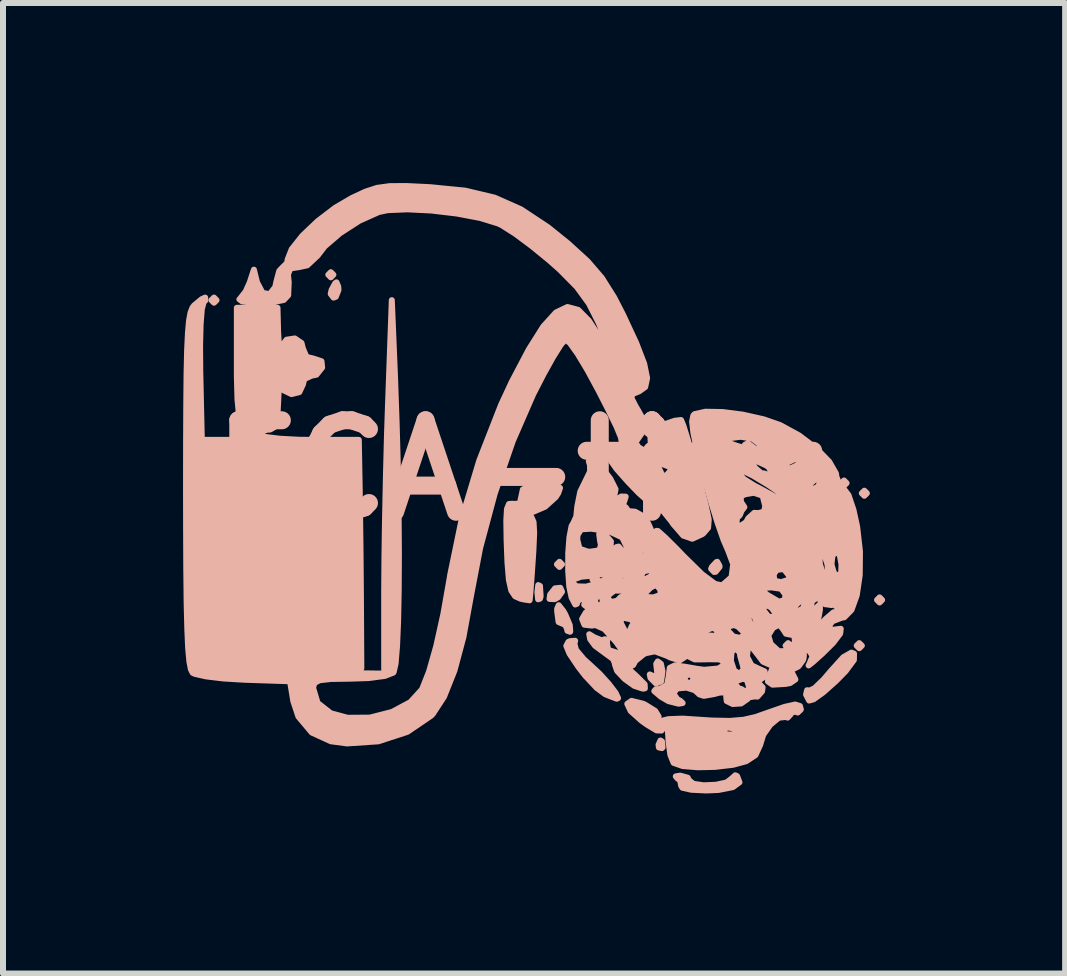
<source format=kicad_pcb>
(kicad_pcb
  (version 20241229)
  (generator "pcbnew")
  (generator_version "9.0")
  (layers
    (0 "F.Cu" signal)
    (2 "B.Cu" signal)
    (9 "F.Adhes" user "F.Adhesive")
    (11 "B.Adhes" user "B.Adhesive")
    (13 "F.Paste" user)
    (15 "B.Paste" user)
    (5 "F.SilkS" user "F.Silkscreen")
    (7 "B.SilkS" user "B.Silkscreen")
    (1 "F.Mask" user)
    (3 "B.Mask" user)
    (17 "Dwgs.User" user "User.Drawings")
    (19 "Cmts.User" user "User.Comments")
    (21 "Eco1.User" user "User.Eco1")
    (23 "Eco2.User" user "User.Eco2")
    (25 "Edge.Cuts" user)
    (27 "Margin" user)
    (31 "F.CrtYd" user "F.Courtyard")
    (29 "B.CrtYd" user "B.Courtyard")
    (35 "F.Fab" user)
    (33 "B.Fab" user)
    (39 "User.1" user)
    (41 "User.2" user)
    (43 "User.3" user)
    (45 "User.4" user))
  (footprint "FCA-tiny"
    (layer "B.Cu")
    (at 5.638 4.788)
    (property "Reference" "FCA-tiny" (at 0 0 0) (layer "B.SilkS") (effects (font (size 1.524 1.524) (thickness 0.3))))
    (attr through_hole)
    (fp_poly (pts (xy -5.08 -2.836) (xy -5.122 -2.794) (xy -5.165 -2.836) (xy -5.122 -2.879) (xy -5.08 -2.836)) (stroke (width 0.1) (type solid)) (fill yes) (layer "B.SilkS"))
    (fp_poly (pts (xy -3.133 -3.26) (xy -3.175 -3.217) (xy -3.217 -3.26) (xy -3.175 -3.302) (xy -3.133 -3.26)) (stroke (width 0.1) (type solid)) (fill yes) (layer "B.SilkS"))
    (fp_poly (pts (xy 0.677 1.566) (xy 0.635 1.609) (xy 0.593 1.566) (xy 0.635 1.524) (xy 0.677 1.566)) (stroke (width 0.1) (type solid)) (fill yes) (layer "B.SilkS"))
    (fp_poly (pts (xy 1.27 1.82) (xy 1.228 1.863) (xy 1.185 1.82) (xy 1.228 1.778) (xy 1.27 1.82)) (stroke (width 0.1) (type solid)) (fill yes) (layer "B.SilkS"))
    (fp_poly (pts (xy 4.318 0.127) (xy 4.276 0.169) (xy 4.233 0.127) (xy 4.276 0.085) (xy 4.318 0.127)) (stroke (width 0.1) (type solid)) (fill yes) (layer "B.SilkS"))
    (fp_poly (pts (xy 4.487 2.921) (xy 4.445 2.963) (xy 4.403 2.921) (xy 4.445 2.879) (xy 4.487 2.921)) (stroke (width 0.1) (type solid)) (fill yes) (layer "B.SilkS"))
    (fp_poly (pts (xy 5.419 0.212) (xy 5.376 0.254) (xy 5.334 0.212) (xy 5.376 0.169) (xy 5.419 0.212)) (stroke (width 0.1) (type solid)) (fill yes) (layer "B.SilkS"))
    (fp_poly (pts (xy 5.673 2.921) (xy 5.63 2.963) (xy 5.588 2.921) (xy 5.63 2.879) (xy 5.673 2.921)) (stroke (width 0.1) (type solid)) (fill yes) (layer "B.SilkS"))
    (fp_poly (pts (xy 5.757 0.381) (xy 5.715 0.423) (xy 5.673 0.381) (xy 5.715 0.339) (xy 5.757 0.381)) (stroke (width 0.1) (type solid)) (fill yes) (layer "B.SilkS"))
    (fp_poly (pts (xy 6.011 2.159) (xy 5.969 2.201) (xy 5.927 2.159) (xy 5.969 2.117) (xy 6.011 2.159)) (stroke (width 0.1) (type solid)) (fill yes) (layer "B.SilkS"))
    (fp_poly (pts (xy 0.321 2.1) (xy 0.31 2.138) (xy 0.279 2.148) (xy 0.267 2.032) (xy 0.281 1.912) (xy 0.31 1.926) (xy 0.321 2.1)) (stroke (width 0.1) (type solid)) (fill yes) (layer "B.SilkS"))
    (fp_poly (pts (xy 2.353 4.616) (xy 2.342 4.628) (xy 2.292 4.617) (xy 2.286 4.572) (xy 2.317 4.502) (xy 2.342 4.516) (xy 2.353 4.616)) (stroke (width 0.1) (type solid)) (fill yes) (layer "B.SilkS"))
    (fp_poly (pts (xy 0.677 2.023) (xy 0.61 2.116) (xy 0.555 2.146) (xy 0.469 2.142) (xy 0.479 2.07) (xy 0.561 1.966) (xy 0.649 1.957) (xy 0.677 2.023)) (stroke (width 0.1) (type solid)) (fill yes) (layer "B.SilkS"))
    (fp_poly (pts (xy 1.913 2.69) (xy 1.901 2.715) (xy 1.832 2.789) (xy 1.807 2.702) (xy 1.806 2.671) (xy 1.844 2.586) (xy 1.878 2.592) (xy 1.913 2.69)) (stroke (width 0.1) (type solid)) (fill yes) (layer "B.SilkS"))
    (fp_poly (pts (xy -3.048 -3.006) (xy -3.092 -2.893) (xy -3.13 -2.879) (xy -3.177 -2.941) (xy -3.163 -3.006) (xy -3.103 -3.117) (xy -3.081 -3.133) (xy -3.052 -3.064) (xy -3.048 -3.006)) (stroke (width 0.1) (type solid)) (fill yes) (layer "B.SilkS"))
    (fp_poly (pts (xy 3.302 1.609) (xy 3.237 1.69) (xy 3.212 1.693) (xy 3.162 1.641) (xy 3.175 1.609) (xy 3.251 1.528) (xy 3.265 1.524) (xy 3.301 1.59) (xy 3.302 1.609)) (stroke (width 0.1) (type solid)) (fill yes) (layer "B.SilkS"))
    (fp_poly (pts (xy 4.708 3.069) (xy 4.702 3.136) (xy 4.692 3.163) (xy 4.616 3.267) (xy 4.526 3.311) (xy 4.487 3.27) (xy 4.544 3.197) (xy 4.616 3.131) (xy 4.708 3.069)) (stroke (width 0.1) (type solid)) (fill yes) (layer "B.SilkS"))
    (fp_poly (pts (xy 2.352 3.35) (xy 2.328 3.516) (xy 2.243 3.55) (xy 2.151 3.458) (xy 2.14 3.401) (xy 2.203 3.43) (xy 2.279 3.449) (xy 2.262 3.361) (xy 2.247 3.224) (xy 2.272 3.184) (xy 2.325 3.224) (xy 2.352 3.35)) (stroke (width 0.1) (type solid)) (fill yes) (layer "B.SilkS"))
    (fp_poly (pts (xy 0.814 2.685) (xy 0.811 2.689) (xy 0.766 2.673) (xy 0.762 2.639) (xy 0.721 2.56) (xy 0.699 2.561) (xy 0.62 2.527) (xy 0.596 2.344) (xy 0.596 2.307) (xy 0.622 2.247) (xy 0.697 2.341) (xy 0.73 2.399) (xy 0.806 2.578) (xy 0.814 2.685)) (stroke (width 0.1) (type solid)) (fill yes) (layer "B.SilkS"))
    (fp_poly (pts (xy 5.543 3.054) (xy 5.541 3.159) (xy 5.402 3.347) (xy 5.238 3.514) (xy 5.03 3.699) (xy 4.87 3.814) (xy 4.795 3.835) (xy 4.744 3.736) (xy 4.761 3.664) (xy 4.805 3.669) (xy 4.887 3.629) (xy 5.034 3.488) (xy 5.163 3.337) (xy 5.366 3.113) (xy 5.5 3.037) (xy 5.543 3.054)) (stroke (width 0.1) (type solid)) (fill yes) (layer "B.SilkS"))
    (fp_poly (pts (xy 3.634 5.198) (xy 3.524 5.278) (xy 3.286 5.325) (xy 3.08 5.334) (xy 2.832 5.322) (xy 2.684 5.289) (xy 2.663 5.257) (xy 2.645 5.162) (xy 2.604 5.136) (xy 2.573 5.099) (xy 2.646 5.087) (xy 2.771 5.121) (xy 2.794 5.165) (xy 2.866 5.223) (xy 3.037 5.248) (xy 3.244 5.239) (xy 3.419 5.201) (xy 3.495 5.144) (xy 3.565 5.081) (xy 3.595 5.096) (xy 3.634 5.198)) (stroke (width 0.1) (type solid)) (fill yes) (layer "B.SilkS"))
    (fp_poly (pts (xy 1.611 3.795) (xy 1.59 3.805) (xy 1.503 3.772) (xy 1.397 3.73) (xy 1.254 3.624) (xy 1.101 3.461) (xy 1.101 3.26) (xy 1.058 3.217) (xy 1.016 3.26) (xy 1.058 3.302) (xy 1.101 3.26) (xy 1.101 3.461) (xy 1.069 3.428) (xy 0.953 3.279) (xy 0.802 3.053) (xy 0.749 2.925) (xy 0.783 2.859) (xy 0.81 2.846) (xy 0.896 2.84) (xy 0.884 2.887) (xy 0.909 2.99) (xy 1.039 3.146) (xy 1.134 3.232) (xy 1.301 3.387) (xy 1.456 3.558) (xy 1.569 3.706) (xy 1.611 3.795)) (stroke (width 0.1) (type solid)) (fill yes) (layer "B.SilkS"))
    (fp_poly (pts (xy 0.644 0.292) (xy 0.614 0.379) (xy 0.572 0.445) (xy 0.395 0.605) (xy 0.202 0.688) (xy 0.074 0.727) (xy 0.087 0.751) (xy 0.098 0.752) (xy 0.166 0.777) (xy 0.203 0.861) (xy 0.213 1.038) (xy 0.2 1.34) (xy 0.192 1.46) (xy 0.17 1.781) (xy 0.151 2.026) (xy 0.139 2.154) (xy 0.137 2.165) (xy 0.075 2.156) (xy 0.075 1.436) (xy 0.063 1.135) (xy 0.062 1.124) (xy 0.046 1.044) (xy 0.034 1.116) (xy 0.028 1.325) (xy 0.028 1.397) (xy 0.032 1.644) (xy 0.042 1.766) (xy 0.057 1.744) (xy 0.061 1.716) (xy 0.075 1.436) (xy 0.075 2.156) (xy 0.059 2.154) (xy -0.012 2.139) (xy -0.098 2.101) (xy -0.098 1.034) (xy -0.111 0.953) (xy -0.136 0.926) (xy -0.149 1.043) (xy -0.15 1.101) (xy -0.141 1.255) (xy -0.119 1.273) (xy -0.111 1.249) (xy -0.098 1.034) (xy -0.098 2.101) (xy -0.105 2.097) (xy -0.168 2.003) (xy -0.208 1.824) (xy -0.232 1.533) (xy -0.246 1.165) (xy -0.251 0.834) (xy -0.24 0.643) (xy -0.206 0.56) (xy -0.143 0.556) (xy -0.133 0.56) (xy -0.026 0.553) (xy 0 0.432) (xy 0.025 0.318) (xy 0.129 0.266) (xy 0.349 0.254) (xy 0.566 0.259) (xy 0.644 0.292)) (stroke (width 0.1) (type solid)) (fill yes) (layer "B.SilkS"))
    (fp_poly (pts (xy 4.657 3.984) (xy 4.605 4.035) (xy 4.572 4.022) (xy 4.494 4.031) (xy 4.487 4.064) (xy 4.436 4.12) (xy 4.406 4.108) (xy 4.289 4.122) (xy 4.148 4.238) (xy 4.03 4.406) (xy 3.979 4.574) (xy 3.979 4.574) (xy 3.901 4.744) (xy 3.747 4.846) (xy 3.725 4.852) (xy 3.725 4.614) (xy 3.683 4.572) (xy 3.641 4.614) (xy 3.641 4.369) (xy 3.574 4.305) (xy 3.441 4.284) (xy 3.343 4.321) (xy 3.342 4.322) (xy 3.37 4.385) (xy 3.466 4.403) (xy 3.607 4.389) (xy 3.641 4.369) (xy 3.641 4.614) (xy 3.683 4.657) (xy 3.725 4.614) (xy 3.725 4.852) (xy 3.556 4.898) (xy 3.556 4.699) (xy 3.514 4.657) (xy 3.471 4.699) (xy 3.514 4.741) (xy 3.556 4.699) (xy 3.556 4.898) (xy 3.526 4.906) (xy 3.387 4.922) (xy 3.387 4.784) (xy 3.344 4.741) (xy 3.302 4.784) (xy 3.344 4.826) (xy 3.387 4.784) (xy 3.387 4.922) (xy 3.236 4.94) (xy 3.217 4.941) (xy 3.217 4.699) (xy 3.175 4.657) (xy 3.133 4.699) (xy 3.175 4.741) (xy 3.217 4.699) (xy 3.217 4.941) (xy 3.048 4.945) (xy 3.048 4.614) (xy 3.006 4.572) (xy 2.963 4.614) (xy 3.006 4.657) (xy 3.048 4.614) (xy 3.048 4.945) (xy 2.948 4.947) (xy 2.948 4.372) (xy 2.935 4.346) (xy 2.835 4.336) (xy 2.822 4.346) (xy 2.834 4.397) (xy 2.879 4.403) (xy 2.948 4.372) (xy 2.948 4.947) (xy 2.937 4.947) (xy 2.694 4.927) (xy 2.694 4.287) (xy 2.681 4.262) (xy 2.581 4.251) (xy 2.568 4.262) (xy 2.58 4.312) (xy 2.625 4.318) (xy 2.694 4.287) (xy 2.694 4.927) (xy 2.685 4.926) (xy 2.539 4.875) (xy 2.536 4.873) (xy 2.483 4.742) (xy 2.452 4.518) (xy 2.449 4.449) (xy 2.435 4.256) (xy 2.403 4.22) (xy 2.385 4.254) (xy 2.335 4.335) (xy 2.253 4.333) (xy 2.096 4.238) (xy 2.008 4.176) (xy 1.821 4.01) (xy 1.765 3.89) (xy 1.835 3.841) (xy 2.025 3.888) (xy 2.061 3.904) (xy 2.229 4.008) (xy 2.286 4.1) (xy 2.214 4.147) (xy 2.187 4.149) (xy 2.127 4.18) (xy 2.139 4.199) (xy 2.245 4.208) (xy 2.299 4.183) (xy 2.449 4.146) (xy 2.685 4.137) (xy 2.749 4.141) (xy 3.173 4.169) (xy 3.475 4.175) (xy 3.703 4.156) (xy 3.904 4.11) (xy 4.086 4.046) (xy 4.387 3.941) (xy 4.562 3.902) (xy 4.642 3.927) (xy 4.657 3.984)) (stroke (width 0.1) (type solid)) (fill yes) (layer "B.SilkS"))
    (fp_poly (pts (xy 3.122 0.82) (xy 3.111 0.957) (xy 3.048 1.031) (xy 3.048 0.889) (xy 3.006 0.847) (xy 2.963 0.889) (xy 2.963 0.72) (xy 2.921 0.677) (xy 2.879 0.72) (xy 2.921 0.762) (xy 2.963 0.72) (xy 2.963 0.889) (xy 3.006 0.931) (xy 3.048 0.889) (xy 3.048 1.031) (xy 3.032 1.049) (xy 3.014 1.063) (xy 2.848 1.139) (xy 2.698 1.087) (xy 2.604 0.978) (xy 2.604 0.175) (xy 2.592 0.169) (xy 2.525 0.221) (xy 2.525 -0.061) (xy 2.467 -0.072) (xy 2.448 -0.068) (xy 2.355 -0.103) (xy 2.352 -0.154) (xy 2.324 -0.224) (xy 2.284 -0.21) (xy 2.242 -0.118) (xy 2.292 -0.035) (xy 2.339 0.063) (xy 2.277 0.077) (xy 2.15 0.006) (xy 2.117 -0.021) (xy 2.042 -0.082) (xy 2.075 -0.026) (xy 2.11 0.021) (xy 2.247 0.152) (xy 2.371 0.127) (xy 2.459 0.038) (xy 2.525 -0.061) (xy 2.525 0.221) (xy 2.515 0.229) (xy 2.498 0.254) (xy 2.476 0.333) (xy 2.488 0.339) (xy 2.565 0.279) (xy 2.582 0.254) (xy 2.604 0.175) (xy 2.604 0.978) (xy 2.54 0.905) (xy 2.54 0.635) (xy 2.498 0.593) (xy 2.455 0.635) (xy 2.498 0.677) (xy 2.54 0.635) (xy 2.54 0.905) (xy 2.529 0.892) (xy 2.498 0.846) (xy 2.371 0.689) (xy 2.371 0.296) (xy 2.328 0.254) (xy 2.286 0.296) (xy 2.328 0.339) (xy 2.371 0.296) (xy 2.371 0.689) (xy 2.362 0.678) (xy 2.248 0.595) (xy 2.236 0.593) (xy 2.134 0.534) (xy 1.962 0.382) (xy 1.78 0.194) (xy 1.587 -0.024) (xy 1.495 -0.155) (xy 1.492 -0.235) (xy 1.563 -0.301) (xy 1.584 -0.315) (xy 1.651 -0.369) (xy 1.678 -0.438) (xy 1.659 -0.55) (xy 1.583 -0.735) (xy 1.444 -1.019) (xy 1.292 -1.318) (xy 1.105 -1.664) (xy 0.938 -1.942) (xy 0.808 -2.124) (xy 0.734 -2.181) (xy 0.659 -2.097) (xy 0.53 -1.892) (xy 0.366 -1.597) (xy 0.196 -1.266) (xy -0.143 -0.488) (xy -0.445 0.389) (xy -0.688 1.295) (xy -0.845 2.117) (xy -0.966 2.779) (xy -1.116 3.338) (xy -1.289 3.772) (xy -1.477 4.06) (xy -1.502 4.086) (xy -1.9 4.357) (xy -2.384 4.515) (xy -2.907 4.55) (xy -3.175 4.514) (xy -3.492 4.369) (xy -3.716 4.102) (xy -3.801 3.843) (xy -3.855 3.514) (xy -4.611 3.489) (xy -4.962 3.468) (xy -5.254 3.433) (xy -5.441 3.391) (xy -5.478 3.373) (xy -5.508 3.313) (xy -5.533 3.18) (xy -5.553 2.96) (xy -5.567 2.638) (xy -5.578 2.2) (xy -5.584 1.631) (xy -5.587 0.917) (xy -5.588 0.334) (xy -5.587 -0.462) (xy -5.584 -1.106) (xy -5.579 -1.614) (xy -5.57 -2.003) (xy -5.556 -2.291) (xy -5.538 -2.493) (xy -5.514 -2.626) (xy -5.483 -2.708) (xy -5.455 -2.746) (xy -5.328 -2.852) (xy -5.269 -2.879) (xy -5.266 -2.833) (xy -5.296 -2.799) (xy -5.325 -2.686) (xy -5.345 -2.437) (xy -5.354 -2.082) (xy -5.351 -1.654) (xy -5.35 -1.613) (xy -5.325 -0.508) (xy -4.893 -0.508) (xy -4.644 -0.512) (xy -4.536 -0.534) (xy -4.54 -0.589) (xy -4.601 -0.663) (xy -4.666 -0.767) (xy -4.707 -0.931) (xy -4.731 -1.187) (xy -4.741 -1.568) (xy -4.741 -1.764) (xy -4.741 -2.709) (xy -4.403 -2.709) (xy -4.064 -2.709) (xy -4.054 -2.307) (xy -4.042 -2.106) (xy -4.021 -2.027) (xy -4.006 -2.053) (xy -3.913 -2.177) (xy -3.775 -2.198) (xy -3.664 -2.123) (xy -3.641 -2.032) (xy -3.582 -1.891) (xy -3.465 -1.863) (xy -3.331 -1.818) (xy -3.32 -1.714) (xy -3.414 -1.595) (xy -3.496 -1.578) (xy -3.618 -1.522) (xy -3.641 -1.43) (xy -3.7 -1.304) (xy -3.831 -1.271) (xy -3.959 -1.333) (xy -4.006 -1.418) (xy -4.028 -1.427) (xy -4.046 -1.296) (xy -4.054 -1.122) (xy -4.068 -0.86) (xy -4.106 -0.727) (xy -4.186 -0.681) (xy -4.238 -0.677) (xy -4.355 -0.645) (xy -4.36 -0.593) (xy -4.258 -0.556) (xy -4.026 -0.527) (xy -3.704 -0.51) (xy -3.509 -0.508) (xy -2.709 -0.508) (xy -2.694 0.318) (xy -2.688 0.751) (xy -2.681 1.279) (xy -2.676 1.828) (xy -2.673 2.22) (xy -2.667 3.297) (xy -3.895 3.323) (xy -5.122 3.349) (xy -3.704 3.368) (xy -2.286 3.387) (xy -2.286 2.011) (xy -2.282 1.461) (xy -2.272 0.802) (xy -2.257 0.094) (xy -2.239 -0.604) (xy -2.222 -1.101) (xy -2.159 -2.836) (xy -2.106 -1.566) (xy -2.079 -0.796) (xy -2.058 -0.036) (xy -2.046 0.695) (xy -2.041 1.376) (xy -2.044 1.988) (xy -2.054 2.513) (xy -2.072 2.929) (xy -2.096 3.219) (xy -2.128 3.362) (xy -2.134 3.37) (xy -2.275 3.425) (xy -2.545 3.461) (xy -2.853 3.471) (xy -3.175 3.476) (xy -3.362 3.497) (xy -3.449 3.542) (xy -3.471 3.62) (xy -3.471 3.624) (xy -3.396 3.875) (xy -3.177 4.047) (xy -2.896 4.123) (xy -2.523 4.12) (xy -2.156 4.026) (xy -1.849 3.862) (xy -1.656 3.65) (xy -1.539 3.355) (xy -1.417 2.924) (xy -1.299 2.39) (xy -1.193 1.787) (xy -1.185 1.736) (xy -0.993 0.807) (xy -0.702 -0.162) (xy -0.337 -1.095) (xy -0.161 -1.473) (xy 0.123 -2.013) (xy 0.365 -2.397) (xy 0.577 -2.631) (xy 0.768 -2.722) (xy 0.947 -2.674) (xy 1.124 -2.495) (xy 1.232 -2.328) (xy 1.362 -2.114) (xy 1.456 -1.976) (xy 1.483 -1.947) (xy 1.466 -2.018) (xy 1.395 -2.203) (xy 1.286 -2.464) (xy 1.284 -2.467) (xy 1.125 -2.782) (xy 0.926 -3.055) (xy 0.646 -3.339) (xy 0.473 -3.493) (xy 0.177 -3.735) (xy -0.104 -3.944) (xy -0.326 -4.085) (xy -0.383 -4.113) (xy -0.686 -4.206) (xy -1.076 -4.28) (xy -1.499 -4.33) (xy -1.901 -4.35) (xy -2.229 -4.336) (xy -2.377 -4.305) (xy -2.702 -4.159) (xy -3.02 -3.954) (xy -3.278 -3.732) (xy -3.397 -3.577) (xy -3.568 -3.417) (xy -3.707 -3.387) (xy -3.85 -3.365) (xy -3.89 -3.264) (xy -3.877 -3.136) (xy -3.886 -2.918) (xy -3.959 -2.84) (xy -4.107 -2.809) (xy -4.307 -2.796) (xy -4.508 -2.8) (xy -4.656 -2.818) (xy -4.699 -2.85) (xy -4.689 -2.859) (xy -4.593 -2.982) (xy -4.526 -3.133) (xy -4.457 -3.344) (xy -4.405 -3.133) (xy -4.314 -2.959) (xy -4.196 -2.934) (xy -4.102 -3.053) (xy -4.08 -3.154) (xy -4.035 -3.323) (xy -3.974 -3.387) (xy -3.904 -3.455) (xy -3.895 -3.513) (xy -3.827 -3.686) (xy -3.649 -3.91) (xy -3.396 -4.151) (xy -3.102 -4.376) (xy -2.824 -4.539) (xy -2.598 -4.644) (xy -2.406 -4.707) (xy -2.196 -4.736) (xy -1.919 -4.738) (xy -1.524 -4.719) (xy -1.524 -4.719) (xy -0.936 -4.661) (xy -0.448 -4.545) (xy -0.006 -4.349) (xy 0.444 -4.051) (xy 0.781 -3.779) (xy 1.103 -3.485) (xy 1.341 -3.208) (xy 1.546 -2.882) (xy 1.691 -2.6) (xy 1.912 -2.126) (xy 2.046 -1.778) (xy 2.095 -1.538) (xy 2.063 -1.389) (xy 1.96 -1.316) (xy 1.85 -1.272) (xy 1.833 -1.205) (xy 1.907 -1.062) (xy 1.948 -0.994) (xy 2.049 -0.807) (xy 2.057 -0.691) (xy 1.98 -0.582) (xy 1.898 -0.464) (xy 1.952 -0.385) (xy 2.028 -0.341) (xy 2.155 -0.288) (xy 2.177 -0.351) (xy 2.156 -0.448) (xy 2.148 -0.602) (xy 2.247 -0.704) (xy 2.367 -0.761) (xy 2.553 -0.826) (xy 2.658 -0.839) (xy 2.662 -0.837) (xy 2.701 -0.741) (xy 2.771 -0.516) (xy 2.863 -0.198) (xy 2.966 0.178) (xy 3.071 0.577) (xy 3.072 0.582) (xy 3.122 0.82)) (stroke (width 0.1) (type solid)) (fill yes) (layer "B.SilkS"))
    (fp_poly (pts (xy 5.642 1.352) (xy 5.638 1.744) (xy 5.589 2.079) (xy 5.588 2.083) (xy 5.588 1.651) (xy 5.546 1.609) (xy 5.503 1.651) (xy 5.546 1.693) (xy 5.588 1.651) (xy 5.588 2.083) (xy 5.573 2.125) (xy 5.573 1.832) (xy 5.56 1.806) (xy 5.459 1.796) (xy 5.447 1.806) (xy 5.459 1.857) (xy 5.503 1.863) (xy 5.573 1.832) (xy 5.573 2.125) (xy 5.501 2.325) (xy 5.404 2.424) (xy 5.404 1.154) (xy 5.39 1.129) (xy 5.29 1.119) (xy 5.278 1.129) (xy 5.289 1.179) (xy 5.334 1.185) (xy 5.404 1.154) (xy 5.404 2.424) (xy 5.38 2.448) (xy 5.337 2.455) (xy 5.334 2.456) (xy 5.334 1.566) (xy 5.305 1.407) (xy 5.249 1.355) (xy 5.183 1.422) (xy 5.167 1.567) (xy 5.206 1.703) (xy 5.221 1.722) (xy 5.298 1.772) (xy 5.33 1.694) (xy 5.334 1.566) (xy 5.334 2.456) (xy 5.322 2.461) (xy 5.322 2.352) (xy 5.299 2.306) (xy 5.204 2.235) (xy 5.165 2.244) (xy 5.112 2.236) (xy 5.112 1.707) (xy 5.101 1.566) (xy 5.065 1.457) (xy 5.065 1.239) (xy 5.059 1.228) (xy 5.059 0.344) (xy 5.048 0.339) (xy 4.988 0.385) (xy 4.988 0.138) (xy 4.922 0.129) (xy 4.828 0.21) (xy 4.819 0.227) (xy 4.819 -0.004) (xy 4.81 -0.045) (xy 4.747 -0.019) (xy 4.704 0.06) (xy 4.679 0.159) (xy 4.741 0.118) (xy 4.752 0.107) (xy 4.819 -0.004) (xy 4.819 0.227) (xy 4.773 0.316) (xy 4.811 0.339) (xy 4.935 0.276) (xy 4.956 0.248) (xy 4.988 0.138) (xy 4.988 0.385) (xy 4.97 0.398) (xy 4.953 0.423) (xy 4.931 0.502) (xy 4.943 0.508) (xy 5.02 0.448) (xy 5.038 0.423) (xy 5.059 0.344) (xy 5.059 1.228) (xy 5.052 1.214) (xy 4.951 1.203) (xy 4.939 1.214) (xy 4.951 1.264) (xy 4.995 1.27) (xy 5.065 1.239) (xy 5.065 1.457) (xy 5.049 1.407) (xy 4.997 1.355) (xy 4.964 1.425) (xy 4.975 1.566) (xy 5.026 1.725) (xy 5.078 1.778) (xy 5.112 1.707) (xy 5.112 2.236) (xy 5.061 2.23) (xy 5.039 2.203) (xy 4.928 2.119) (xy 4.842 2.18) (xy 4.827 2.265) (xy 4.842 2.363) (xy 4.904 2.307) (xy 4.919 2.286) (xy 4.974 2.233) (xy 4.975 2.321) (xy 4.959 2.413) (xy 4.908 2.667) (xy 5.068 2.48) (xy 5.202 2.365) (xy 5.295 2.353) (xy 5.322 2.352) (xy 5.322 2.461) (xy 5.183 2.514) (xy 5.136 2.578) (xy 5.139 2.664) (xy 5.211 2.654) (xy 5.322 2.64) (xy 5.312 2.72) (xy 5.192 2.878) (xy 5.016 3.052) (xy 4.859 3.193) (xy 4.786 3.25) (xy 4.798 3.228) (xy 4.853 3.095) (xy 4.809 3.021) (xy 4.809 1.541) (xy 4.797 1.503) (xy 4.767 1.492) (xy 4.755 1.609) (xy 4.768 1.729) (xy 4.797 1.714) (xy 4.809 1.541) (xy 4.809 3.021) (xy 4.801 3.008) (xy 4.741 2.992) (xy 4.741 2.667) (xy 4.734 2.66) (xy 4.734 2.17) (xy 4.668 2.161) (xy 4.654 2.174) (xy 4.654 -0.252) (xy 4.573 -0.205) (xy 4.554 -0.189) (xy 4.487 -0.156) (xy 4.487 -0.296) (xy 4.445 -0.339) (xy 4.403 -0.296) (xy 4.445 -0.254) (xy 4.487 -0.296) (xy 4.487 -0.156) (xy 4.448 -0.137) (xy 4.349 -0.205) (xy 4.277 -0.306) (xy 4.155 -0.449) (xy 4.073 -0.437) (xy 4.067 -0.427) (xy 4 -0.377) (xy 3.955 -0.449) (xy 3.846 -0.531) (xy 3.652 -0.56) (xy 3.451 -0.534) (xy 3.329 -0.464) (xy 3.308 -0.423) (xy 3.334 -0.442) (xy 3.46 -0.455) (xy 3.567 -0.417) (xy 3.697 -0.377) (xy 3.725 -0.426) (xy 3.773 -0.451) (xy 3.858 -0.387) (xy 4.012 -0.279) (xy 4.102 -0.254) (xy 4.244 -0.194) (xy 4.32 -0.124) (xy 4.471 -0.027) (xy 4.6 -0.087) (xy 4.644 -0.175) (xy 4.654 -0.252) (xy 4.654 2.174) (xy 4.642 2.184) (xy 4.642 1.324) (xy 4.628 1.298) (xy 4.528 1.288) (xy 4.516 1.298) (xy 4.527 1.349) (xy 4.572 1.355) (xy 4.642 1.324) (xy 4.642 2.184) (xy 4.574 2.242) (xy 4.519 2.348) (xy 4.557 2.371) (xy 4.681 2.308) (xy 4.702 2.28) (xy 4.734 2.17) (xy 4.734 2.66) (xy 4.699 2.625) (xy 4.657 2.667) (xy 4.699 2.709) (xy 4.741 2.667) (xy 4.741 2.992) (xy 4.688 2.978) (xy 4.569 3.056) (xy 4.558 3.074) (xy 4.558 2.846) (xy 4.549 2.74) (xy 4.504 2.741) (xy 4.487 2.738) (xy 4.487 0.253) (xy 4.421 0.162) (xy 4.263 0.036) (xy 4.073 -0.085) (xy 3.909 -0.161) (xy 3.863 -0.169) (xy 3.847 -0.118) (xy 3.896 -0.04) (xy 3.999 0.049) (xy 4.041 0.051) (xy 4.12 0.076) (xy 4.24 0.176) (xy 4.399 0.314) (xy 4.474 0.32) (xy 4.487 0.253) (xy 4.487 2.738) (xy 4.468 2.734) (xy 4.468 1.762) (xy 4.412 1.693) (xy 4.412 0.544) (xy 4.404 0.471) (xy 4.264 0.343) (xy 4.116 0.243) (xy 3.862 0.089) (xy 3.718 0.017) (xy 3.654 0.016) (xy 3.641 0.071) (xy 3.71 0.147) (xy 3.885 0.256) (xy 3.978 0.304) (xy 4.183 0.416) (xy 4.304 0.509) (xy 4.317 0.534) (xy 4.372 0.563) (xy 4.412 0.544) (xy 4.412 1.693) (xy 4.373 1.644) (xy 4.256 1.658) (xy 4.218 1.712) (xy 4.218 1.408) (xy 4.205 1.383) (xy 4.105 1.373) (xy 4.092 1.383) (xy 4.104 1.433) (xy 4.149 1.439) (xy 4.218 1.408) (xy 4.218 1.712) (xy 4.204 1.732) (xy 4.214 1.838) (xy 4.328 1.863) (xy 4.453 1.823) (xy 4.468 1.762) (xy 4.468 2.734) (xy 4.409 2.722) (xy 4.403 2.711) (xy 4.403 2.413) (xy 4.403 2.074) (xy 4.328 1.973) (xy 4.17 1.95) (xy 4.064 1.956) (xy 4.064 0.595) (xy 4.02 0.422) (xy 3.874 0.373) (xy 3.733 0.397) (xy 3.61 0.449) (xy 3.643 0.512) (xy 3.655 0.52) (xy 3.716 0.612) (xy 3.683 0.656) (xy 3.594 0.773) (xy 3.583 0.889) (xy 3.643 0.931) (xy 3.746 0.863) (xy 3.781 0.799) (xy 3.881 0.708) (xy 3.948 0.712) (xy 4.045 0.688) (xy 4.064 0.595) (xy 4.064 1.956) (xy 4.012 1.959) (xy 4.007 2.001) (xy 4.101 2.077) (xy 4.29 2.188) (xy 4.386 2.163) (xy 4.403 2.074) (xy 4.403 2.413) (xy 4.36 2.371) (xy 4.318 2.413) (xy 4.36 2.455) (xy 4.403 2.413) (xy 4.403 2.711) (xy 4.368 2.657) (xy 4.301 2.568) (xy 4.233 2.603) (xy 4.233 2.38) (xy 4.166 2.287) (xy 4.111 2.257) (xy 4.025 2.261) (xy 4.035 2.333) (xy 4.117 2.437) (xy 4.205 2.446) (xy 4.233 2.38) (xy 4.233 2.603) (xy 4.192 2.624) (xy 4.113 2.751) (xy 4.156 2.893) (xy 4.29 3.015) (xy 4.444 3.008) (xy 4.55 2.879) (xy 4.558 2.846) (xy 4.558 3.074) (xy 4.487 3.193) (xy 4.486 3.333) (xy 4.507 3.368) (xy 4.566 3.484) (xy 4.478 3.544) (xy 4.403 3.558) (xy 4.318 3.563) (xy 4.318 3.429) (xy 4.276 3.387) (xy 4.233 3.429) (xy 4.276 3.471) (xy 4.318 3.429) (xy 4.318 3.563) (xy 4.185 3.571) (xy 4.108 3.517) (xy 4.149 3.385) (xy 4.198 3.258) (xy 4.141 3.237) (xy 4.138 3.237) (xy 4.027 3.188) (xy 3.947 3.081) (xy 3.947 2.611) (xy 3.891 2.447) (xy 3.819 2.388) (xy 3.745 2.391) (xy 3.776 2.466) (xy 3.848 2.605) (xy 3.862 2.646) (xy 3.892 2.77) (xy 3.925 2.794) (xy 3.946 2.722) (xy 3.947 2.611) (xy 3.947 3.081) (xy 3.932 3.062) (xy 3.841 2.945) (xy 3.777 2.948) (xy 3.758 3.103) (xy 3.835 3.249) (xy 3.946 3.302) (xy 4.053 3.35) (xy 4.036 3.447) (xy 3.958 3.5) (xy 3.899 3.539) (xy 3.956 3.549) (xy 4.02 3.617) (xy 4.01 3.683) (xy 3.933 3.77) (xy 3.892 3.766) (xy 3.795 3.781) (xy 3.795 3.612) (xy 3.759 3.492) (xy 3.71 3.477) (xy 3.71 2.745) (xy 3.707 2.696) (xy 3.604 2.598) (xy 3.536 2.577) (xy 3.438 2.607) (xy 3.444 2.675) (xy 3.529 2.767) (xy 3.641 2.792) (xy 3.71 2.745) (xy 3.71 3.477) (xy 3.704 3.476) (xy 3.704 3.329) (xy 3.692 3.253) (xy 3.646 3.091) (xy 3.641 3.041) (xy 3.576 2.965) (xy 3.557 2.963) (xy 3.5 3.035) (xy 3.491 3.175) (xy 3.544 3.334) (xy 3.626 3.387) (xy 3.704 3.329) (xy 3.704 3.476) (xy 3.689 3.471) (xy 3.573 3.515) (xy 3.556 3.556) (xy 3.623 3.636) (xy 3.662 3.642) (xy 3.708 3.672) (xy 3.641 3.733) (xy 3.557 3.8) (xy 3.614 3.795) (xy 3.641 3.788) (xy 3.766 3.684) (xy 3.795 3.612) (xy 3.795 3.781) (xy 3.791 3.782) (xy 3.769 3.809) (xy 3.661 3.884) (xy 3.521 3.893) (xy 3.422 3.844) (xy 3.414 3.775) (xy 3.415 3.7) (xy 3.307 3.702) (xy 3.279 3.709) (xy 3.279 3.505) (xy 3.166 3.485) (xy 3.117 3.498) (xy 3.085 3.536) (xy 3.168 3.549) (xy 3.278 3.534) (xy 3.279 3.505) (xy 3.279 3.709) (xy 3.212 3.727) (xy 3.04 3.757) (xy 2.964 3.732) (xy 2.963 3.729) (xy 2.891 3.664) (xy 2.879 3.66) (xy 2.879 3.471) (xy 2.814 3.389) (xy 2.794 3.387) (xy 2.712 3.451) (xy 2.709 3.471) (xy 2.774 3.554) (xy 2.794 3.556) (xy 2.876 3.492) (xy 2.879 3.471) (xy 2.879 3.66) (xy 2.752 3.62) (xy 2.592 3.634) (xy 2.532 3.717) (xy 2.599 3.815) (xy 2.646 3.839) (xy 2.687 3.877) (xy 2.62 3.888) (xy 2.451 3.845) (xy 2.323 3.77) (xy 2.215 3.678) (xy 2.242 3.647) (xy 2.307 3.643) (xy 2.428 3.575) (xy 2.455 3.431) (xy 2.473 3.291) (xy 2.559 3.25) (xy 2.731 3.273) (xy 2.931 3.308) (xy 3.045 3.323) (xy 3.048 3.323) (xy 3.281 3.302) (xy 3.378 3.245) (xy 3.387 3.208) (xy 3.311 3.15) (xy 3.302 3.15) (xy 3.302 2.752) (xy 3.234 2.639) (xy 3.175 2.625) (xy 3.062 2.673) (xy 3.048 2.714) (xy 3.1 2.765) (xy 3.133 2.752) (xy 3.211 2.758) (xy 3.217 2.789) (xy 3.248 2.875) (xy 3.26 2.879) (xy 3.297 2.81) (xy 3.302 2.752) (xy 3.302 3.15) (xy 3.107 3.147) (xy 3.09 3.149) (xy 2.887 3.15) (xy 2.794 3.103) (xy 2.793 3.094) (xy 2.759 3.068) (xy 2.726 3.109) (xy 2.64 3.165) (xy 2.485 3.119) (xy 2.426 3.09) (xy 2.371 3.069) (xy 2.371 2.582) (xy 2.328 2.54) (xy 2.32 2.549) (xy 2.32 2.076) (xy 2.316 1.988) (xy 2.268 1.931) (xy 2.268 1.311) (xy 2.258 1.298) (xy 2.207 1.31) (xy 2.201 1.355) (xy 2.232 1.424) (xy 2.258 1.411) (xy 2.268 1.311) (xy 2.268 1.931) (xy 2.246 1.905) (xy 2.201 1.928) (xy 2.201 1.732) (xy 2.146 1.661) (xy 2.117 1.666) (xy 2.117 1.402) (xy 2.057 1.33) (xy 2.032 1.312) (xy 1.954 1.319) (xy 1.947 1.35) (xy 2.009 1.436) (xy 2.032 1.439) (xy 2.114 1.41) (xy 2.117 1.402) (xy 2.117 1.666) (xy 2.044 1.679) (xy 2.003 1.732) (xy 2.007 1.817) (xy 2.079 1.807) (xy 2.187 1.75) (xy 2.201 1.732) (xy 2.201 1.928) (xy 2.149 1.956) (xy 2.043 2.065) (xy 2.089 2.111) (xy 2.199 2.117) (xy 2.32 2.076) (xy 2.32 2.549) (xy 2.286 2.582) (xy 2.328 2.625) (xy 2.371 2.582) (xy 2.371 3.069) (xy 2.225 3.015) (xy 2.201 3.02) (xy 2.201 2.715) (xy 2.157 2.736) (xy 2.095 2.783) (xy 1.987 2.88) (xy 1.987 2.675) (xy 1.942 2.58) (xy 1.942 2.195) (xy 1.916 2.154) (xy 1.857 2.088) (xy 1.778 2.043) (xy 1.778 1.825) (xy 1.755 1.797) (xy 1.755 1.27) (xy 1.68 1.117) (xy 1.471 1.019) (xy 1.355 1.001) (xy 1.355 0.381) (xy 1.312 0.339) (xy 1.27 0.381) (xy 1.312 0.423) (xy 1.355 0.381) (xy 1.355 1.001) (xy 1.165 0.972) (xy 0.995 0.982) (xy 0.935 1.079) (xy 0.931 1.153) (xy 0.968 1.306) (xy 1.109 1.354) (xy 1.149 1.355) (xy 1.302 1.332) (xy 1.326 1.238) (xy 1.313 1.186) (xy 1.297 1.065) (xy 1.385 1.065) (xy 1.394 1.069) (xy 1.492 1.184) (xy 1.485 1.301) (xy 1.468 1.401) (xy 1.49 1.376) (xy 1.586 1.278) (xy 1.621 1.27) (xy 1.665 1.322) (xy 1.651 1.355) (xy 1.655 1.433) (xy 1.683 1.439) (xy 1.746 1.369) (xy 1.755 1.27) (xy 1.755 1.797) (xy 1.719 1.753) (xy 1.693 1.736) (xy 1.615 1.742) (xy 1.609 1.773) (xy 1.67 1.859) (xy 1.693 1.863) (xy 1.776 1.834) (xy 1.778 1.825) (xy 1.778 2.043) (xy 1.709 2.003) (xy 1.549 2.003) (xy 1.506 2.036) (xy 1.506 1.724) (xy 1.471 1.707) (xy 1.353 1.727) (xy 1.127 1.76) (xy 0.995 1.772) (xy 0.869 1.817) (xy 0.847 1.863) (xy 0.914 1.932) (xy 1.075 1.938) (xy 1.269 1.886) (xy 1.395 1.815) (xy 1.506 1.724) (xy 1.506 2.036) (xy 1.448 2.082) (xy 1.439 2.126) (xy 1.493 2.197) (xy 1.6 2.17) (xy 1.654 2.113) (xy 1.754 2.076) (xy 1.849 2.129) (xy 1.942 2.195) (xy 1.942 2.58) (xy 1.938 2.571) (xy 1.819 2.481) (xy 1.702 2.456) (xy 1.645 2.499) (xy 1.666 2.561) (xy 1.735 2.697) (xy 1.745 2.731) (xy 1.767 2.847) (xy 1.829 2.845) (xy 1.906 2.793) (xy 1.987 2.675) (xy 1.987 2.88) (xy 1.978 2.888) (xy 1.947 2.931) (xy 1.989 2.957) (xy 2.101 2.848) (xy 2.127 2.815) (xy 2.201 2.715) (xy 2.201 3.02) (xy 2.068 3.047) (xy 2.027 3.071) (xy 1.897 3.178) (xy 1.863 3.243) (xy 1.805 3.274) (xy 1.757 3.255) (xy 1.745 3.266) (xy 1.842 3.361) (xy 1.905 3.417) (xy 2.054 3.565) (xy 2.058 3.632) (xy 2.027 3.638) (xy 1.883 3.591) (xy 1.722 3.476) (xy 1.595 3.341) (xy 1.558 3.234) (xy 1.562 3.225) (xy 1.527 3.142) (xy 1.399 3.049) (xy 1.227 2.922) (xy 1.146 2.812) (xy 1.131 2.731) (xy 1.212 2.781) (xy 1.34 2.833) (xy 1.391 2.814) (xy 1.431 2.821) (xy 1.425 2.875) (xy 1.445 2.986) (xy 1.482 3.003) (xy 1.623 3.049) (xy 1.688 3.085) (xy 1.714 3.072) (xy 1.648 2.956) (xy 1.609 2.902) (xy 1.609 2.328) (xy 1.566 2.286) (xy 1.524 2.328) (xy 1.566 2.371) (xy 1.609 2.328) (xy 1.609 2.902) (xy 1.57 2.849) (xy 1.385 2.645) (xy 1.355 2.631) (xy 1.355 2.413) (xy 1.355 2.154) (xy 1.313 2.067) (xy 1.269 2.075) (xy 1.22 2.177) (xy 1.231 2.207) (xy 1.313 2.282) (xy 1.353 2.197) (xy 1.355 2.154) (xy 1.355 2.413) (xy 1.312 2.371) (xy 1.27 2.413) (xy 1.312 2.455) (xy 1.355 2.413) (xy 1.355 2.631) (xy 1.236 2.577) (xy 1.185 2.584) (xy 1.185 2.498) (xy 1.143 2.455) (xy 1.101 2.498) (xy 1.143 2.54) (xy 1.185 2.498) (xy 1.185 2.584) (xy 1.174 2.586) (xy 1.05 2.572) (xy 1.012 2.476) (xy 1.075 2.368) (xy 1.122 2.342) (xy 1.18 2.304) (xy 1.117 2.293) (xy 1.047 2.239) (xy 1.058 2.201) (xy 1.052 2.123) (xy 1.021 2.117) (xy 0.934 2.184) (xy 0.926 2.223) (xy 0.897 2.235) (xy 0.837 2.119) (xy 0.798 1.935) (xy 0.78 1.669) (xy 0.781 1.376) (xy 0.801 1.111) (xy 0.837 0.926) (xy 0.867 0.876) (xy 0.915 0.771) (xy 0.931 0.607) (xy 0.981 0.355) (xy 1.063 0.188) (xy 1.144 0.021) (xy 1.144 -0.084) (xy 1.124 -0.153) (xy 1.191 -0.134) (xy 1.304 -0.054) (xy 1.423 0.063) (xy 1.482 0.14) (xy 1.569 0.314) (xy 1.545 0.445) (xy 1.513 0.492) (xy 1.447 0.586) (xy 1.491 0.558) (xy 1.524 0.529) (xy 1.664 0.436) (xy 1.738 0.438) (xy 1.71 0.528) (xy 1.687 0.558) (xy 1.619 0.659) (xy 1.675 0.675) (xy 1.698 0.672) (xy 1.895 0.689) (xy 2.058 0.78) (xy 2.117 0.893) (xy 2.18 1.038) (xy 2.214 1.066) (xy 2.274 1.074) (xy 2.251 1.008) (xy 2.276 1.011) (xy 2.395 1.117) (xy 2.585 1.306) (xy 2.702 1.428) (xy 3.01 1.73) (xy 3.227 1.892) (xy 3.345 1.917) (xy 3.502 1.78) (xy 3.53 1.562) (xy 3.447 1.34) (xy 3.371 1.164) (xy 3.267 0.866) (xy 3.151 0.49) (xy 3.045 0.115) (xy 2.931 -0.324) (xy 2.866 -0.626) (xy 2.845 -0.814) (xy 2.865 -0.914) (xy 2.887 -0.937) (xy 3.066 -0.977) (xy 3.352 -0.972) (xy 3.692 -0.928) (xy 4.035 -0.851) (xy 4.311 -0.755) (xy 4.628 -0.582) (xy 4.913 -0.367) (xy 5.13 -0.144) (xy 5.242 0.052) (xy 5.249 0.104) (xy 5.307 0.258) (xy 5.37 0.306) (xy 5.451 0.413) (xy 5.533 0.656) (xy 5.595 0.938) (xy 5.642 1.352)) (stroke (width 0.1) (type solid)) (fill yes) (layer "B.SilkS")))
  (gr_rect
    (start -3 -3)
    (end 14.699 13.172)
    (stroke (width 0.1) (type default))
    (fill no)
    (layer "Edge.Cuts")))
</source>
